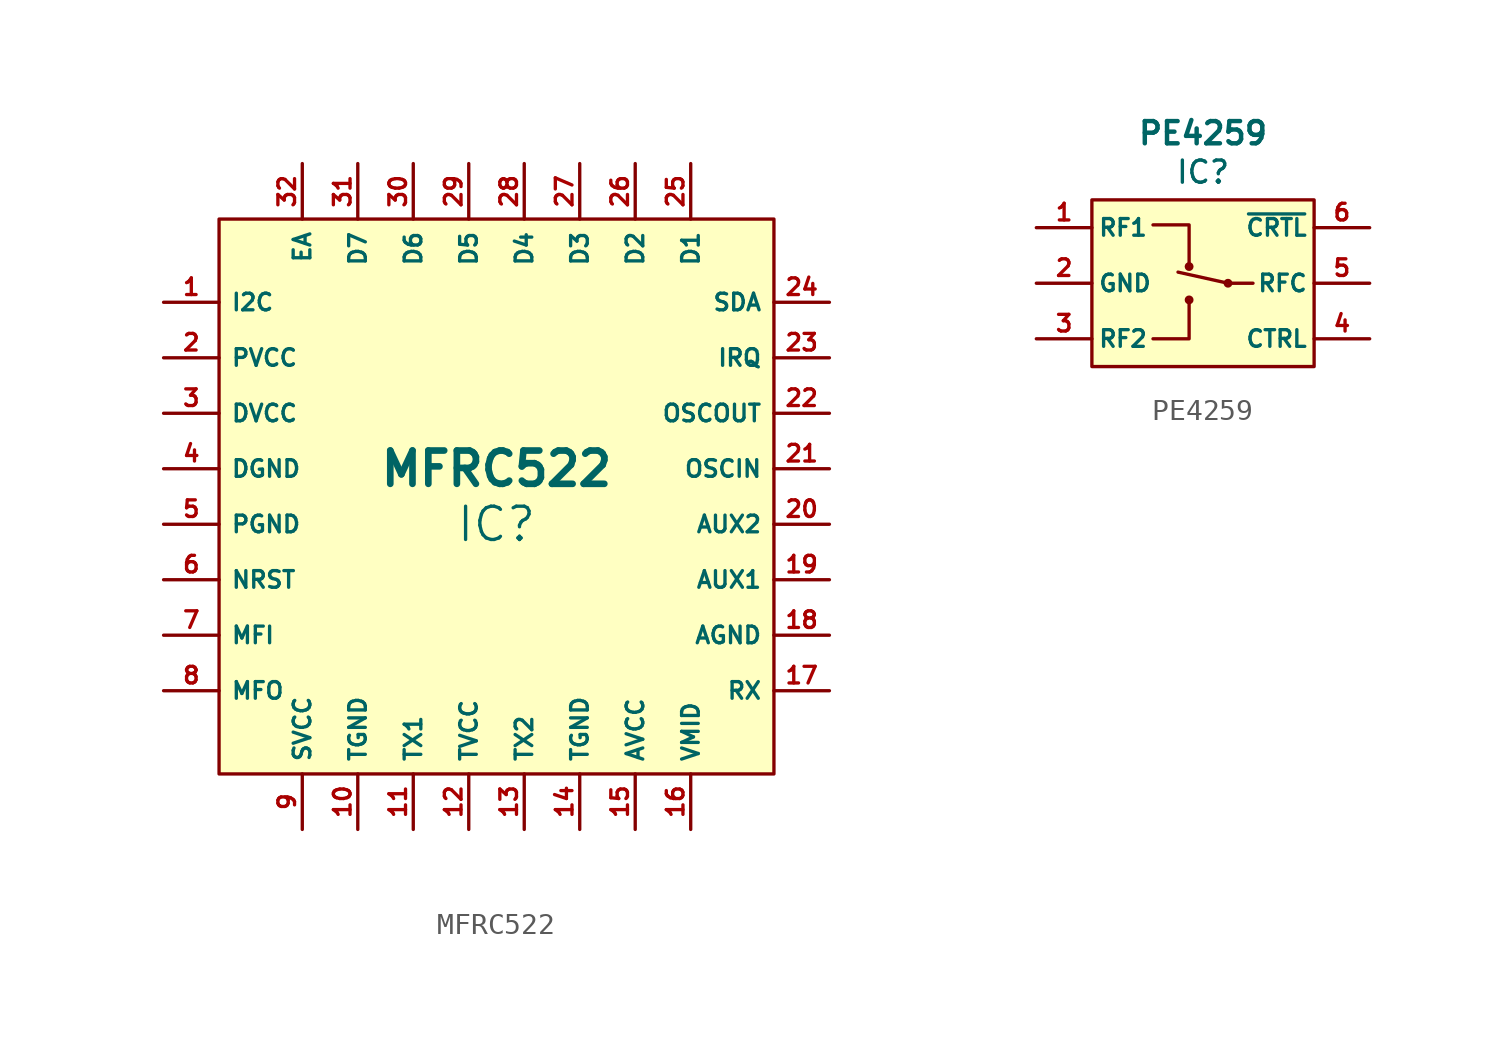
<source format=kicad_sym>
(kicad_symbol_lib
  (version 20220914)
  (generator kicad_symbol_editor)
  (symbol "MFRC522"
    (property "Reference" "IC"
      (at 0 -1.27 0)
      (effects (font (size 1.524 1.524))))
    (property "Value" "MFRC522"
      (at 0 1.27 0)
      (effects (font (size 1.524 1.524) bold)))
    (symbol "MFRC522_0_1"
      (rectangle (start -12.7 12.7) (end 12.7 -12.7) (stroke (width 0) (type solid)) (fill (type background))))
    (symbol "MFRC522_1_1"
      (pin passive line (at -15.24 8.89 0) (length 2.54) (name "I2C" (effects (font (size 0.762 0.762)))) (number "1" (effects (font (size 0.762 0.762)))))
      (pin power_in line (at -6.35 -15.24 90) (length 2.54) (name "TGND" (effects (font (size 0.762 0.762)))) (number "10" (effects (font (size 0.762 0.762)))))
      (pin passive line (at -3.81 -15.24 90) (length 2.54) (name "TX1" (effects (font (size 0.762 0.762)))) (number "11" (effects (font (size 0.762 0.762)))))
      (pin power_in line (at -1.27 -15.24 90) (length 2.54) (name "TVCC" (effects (font (size 0.762 0.762)))) (number "12" (effects (font (size 0.762 0.762)))))
      (pin passive line (at 1.27 -15.24 90) (length 2.54) (name "TX2" (effects (font (size 0.762 0.762)))) (number "13" (effects (font (size 0.762 0.762)))))
      (pin power_in line (at 3.81 -15.24 90) (length 2.54) (name "TGND" (effects (font (size 0.762 0.762)))) (number "14" (effects (font (size 0.762 0.762)))))
      (pin power_in line (at 6.35 -15.24 90) (length 2.54) (name "AVCC" (effects (font (size 0.762 0.762)))) (number "15" (effects (font (size 0.762 0.762)))))
      (pin passive line (at 8.89 -15.24 90) (length 2.54) (name "VMID" (effects (font (size 0.762 0.762)))) (number "16" (effects (font (size 0.762 0.762)))))
      (pin passive line (at 15.24 -8.89 180) (length 2.54) (name "RX" (effects (font (size 0.762 0.762)))) (number "17" (effects (font (size 0.762 0.762)))))
      (pin power_in line (at 15.24 -6.35 180) (length 2.54) (name "AGND" (effects (font (size 0.762 0.762)))) (number "18" (effects (font (size 0.762 0.762)))))
      (pin passive line (at 15.24 -3.81 180) (length 2.54) (name "AUX1" (effects (font (size 0.762 0.762)))) (number "19" (effects (font (size 0.762 0.762)))))
      (pin power_in line (at -15.24 6.35 0) (length 2.54) (name "PVCC" (effects (font (size 0.762 0.762)))) (number "2" (effects (font (size 0.762 0.762)))))
      (pin passive line (at 15.24 -1.27 180) (length 2.54) (name "AUX2" (effects (font (size 0.762 0.762)))) (number "20" (effects (font (size 0.762 0.762)))))
      (pin passive line (at 15.24 1.27 180) (length 2.54) (name "OSCIN" (effects (font (size 0.762 0.762)))) (number "21" (effects (font (size 0.762 0.762)))))
      (pin passive line (at 15.24 3.81 180) (length 2.54) (name "OSCOUT" (effects (font (size 0.762 0.762)))) (number "22" (effects (font (size 0.762 0.762)))))
      (pin passive line (at 15.24 6.35 180) (length 2.54) (name "IRQ" (effects (font (size 0.762 0.762)))) (number "23" (effects (font (size 0.762 0.762)))))
      (pin bidirectional line (at 15.24 8.89 180) (length 2.54) (name "SDA" (effects (font (size 0.762 0.762)))) (number "24" (effects (font (size 0.762 0.762)))))
      (pin bidirectional line (at 8.89 15.24 270) (length 2.54) (name "D1" (effects (font (size 0.762 0.762)))) (number "25" (effects (font (size 0.762 0.762)))))
      (pin bidirectional line (at 6.35 15.24 270) (length 2.54) (name "D2" (effects (font (size 0.762 0.762)))) (number "26" (effects (font (size 0.762 0.762)))))
      (pin bidirectional line (at 3.81 15.24 270) (length 2.54) (name "D3" (effects (font (size 0.762 0.762)))) (number "27" (effects (font (size 0.762 0.762)))))
      (pin bidirectional line (at 1.27 15.24 270) (length 2.54) (name "D4" (effects (font (size 0.762 0.762)))) (number "28" (effects (font (size 0.762 0.762)))))
      (pin bidirectional line (at -1.27 15.24 270) (length 2.54) (name "D5" (effects (font (size 0.762 0.762)))) (number "29" (effects (font (size 0.762 0.762)))))
      (pin power_in line (at -15.24 3.81 0) (length 2.54) (name "DVCC" (effects (font (size 0.762 0.762)))) (number "3" (effects (font (size 0.762 0.762)))))
      (pin bidirectional line (at -3.81 15.24 270) (length 2.54) (name "D6" (effects (font (size 0.762 0.762)))) (number "30" (effects (font (size 0.762 0.762)))))
      (pin bidirectional line (at -6.35 15.24 270) (length 2.54) (name "D7" (effects (font (size 0.762 0.762)))) (number "31" (effects (font (size 0.762 0.762)))))
      (pin input line (at -8.89 15.24 270) (length 2.54) (name "EA" (effects (font (size 0.762 0.762)))) (number "32" (effects (font (size 0.762 0.762)))))
      (pin power_in line (at -15.24 1.27 0) (length 2.54) (name "DGND" (effects (font (size 0.762 0.762)))) (number "4" (effects (font (size 0.762 0.762)))))
      (pin power_out line (at -15.24 -1.27 0) (length 2.54) (name "PGND" (effects (font (size 0.762 0.762)))) (number "5" (effects (font (size 0.762 0.762)))))
      (pin input line (at -15.24 -3.81 0) (length 2.54) (name "NRST" (effects (font (size 0.762 0.762)))) (number "6" (effects (font (size 0.762 0.762)))))
      (pin passive line (at -15.24 -6.35 0) (length 2.54) (name "MFI" (effects (font (size 0.762 0.762)))) (number "7" (effects (font (size 0.762 0.762)))))
      (pin passive line (at -15.24 -8.89 0) (length 2.54) (name "MFO" (effects (font (size 0.762 0.762)))) (number "8" (effects (font (size 0.762 0.762)))))
      (pin passive line (at -8.89 -15.24 90) (length 2.54) (name "SVCC" (effects (font (size 0.762 0.762)))) (number "9" (effects (font (size 0.762 0.762)))))))
  (symbol "PE4259"
    (pin_names
      (offset 0.254))
    (property "Reference" "IC"
      (at 0 5.08 0)
      (effects (font (size 1.016 1.016))))
    (property "Value" "PE4259"
      (at 0 6.858 0)
      (effects (font (size 1.016 1.016) bold)))
    (symbol "PE4259_0_1"
      (circle (center -0.635 -0.762) (radius 0.127) (stroke (width 0) (type solid)) (fill (type none)))
      (circle (center -0.635 0.762) (radius 0.127) (stroke (width 0) (type solid)) (fill (type none)))
      (polyline (pts (xy -2.286 -2.54) (xy -0.635 -2.54) (xy -0.635 -0.762)) (stroke (width 0) (type solid)) (fill (type none)))
      (polyline (pts (xy -2.286 2.667) (xy -0.635 2.667) (xy -0.635 0.762)) (stroke (width 0) (type solid)) (fill (type none)))
      (polyline (pts (xy 2.286 0) (xy 1.143 0) (xy -1.143 0.508)) (stroke (width 0) (type solid)) (fill (type none)))
      (circle (center 1.143 0) (radius 0.127) (stroke (width 0) (type solid)) (fill (type none)))
      (rectangle (start 5.08 3.81) (end -5.08 -3.81) (stroke (width 0) (type solid)) (fill (type background))))
    (symbol "PE4259_1_1"
      (pin input line (at -7.62 2.54 0) (length 2.54) (name "RF1" (effects (font (size 0.762 0.762)))) (number "1" (effects (font (size 0.762 0.762)))))
      (pin power_in line (at -7.62 0 0) (length 2.54) (name "GND" (effects (font (size 0.762 0.762)))) (number "2" (effects (font (size 0.762 0.762)))))
      (pin input line (at -7.62 -2.54 0) (length 2.54) (name "RF2" (effects (font (size 0.762 0.762)))) (number "3" (effects (font (size 0.762 0.762)))))
      (pin input line (at 7.62 -2.54 180) (length 2.54) (name "CTRL" (effects (font (size 0.762 0.762)))) (number "4" (effects (font (size 0.762 0.762)))))
      (pin output line (at 7.62 0 180) (length 2.54) (name "RFC" (effects (font (size 0.762 0.762)))) (number "5" (effects (font (size 0.762 0.762)))))
      (pin input line (at 7.62 2.54 180) (length 2.54) (name "~{CRTL}" (effects (font (size 0.762 0.762)))) (number "6" (effects (font (size 0.762 0.762))))))))
</source>
